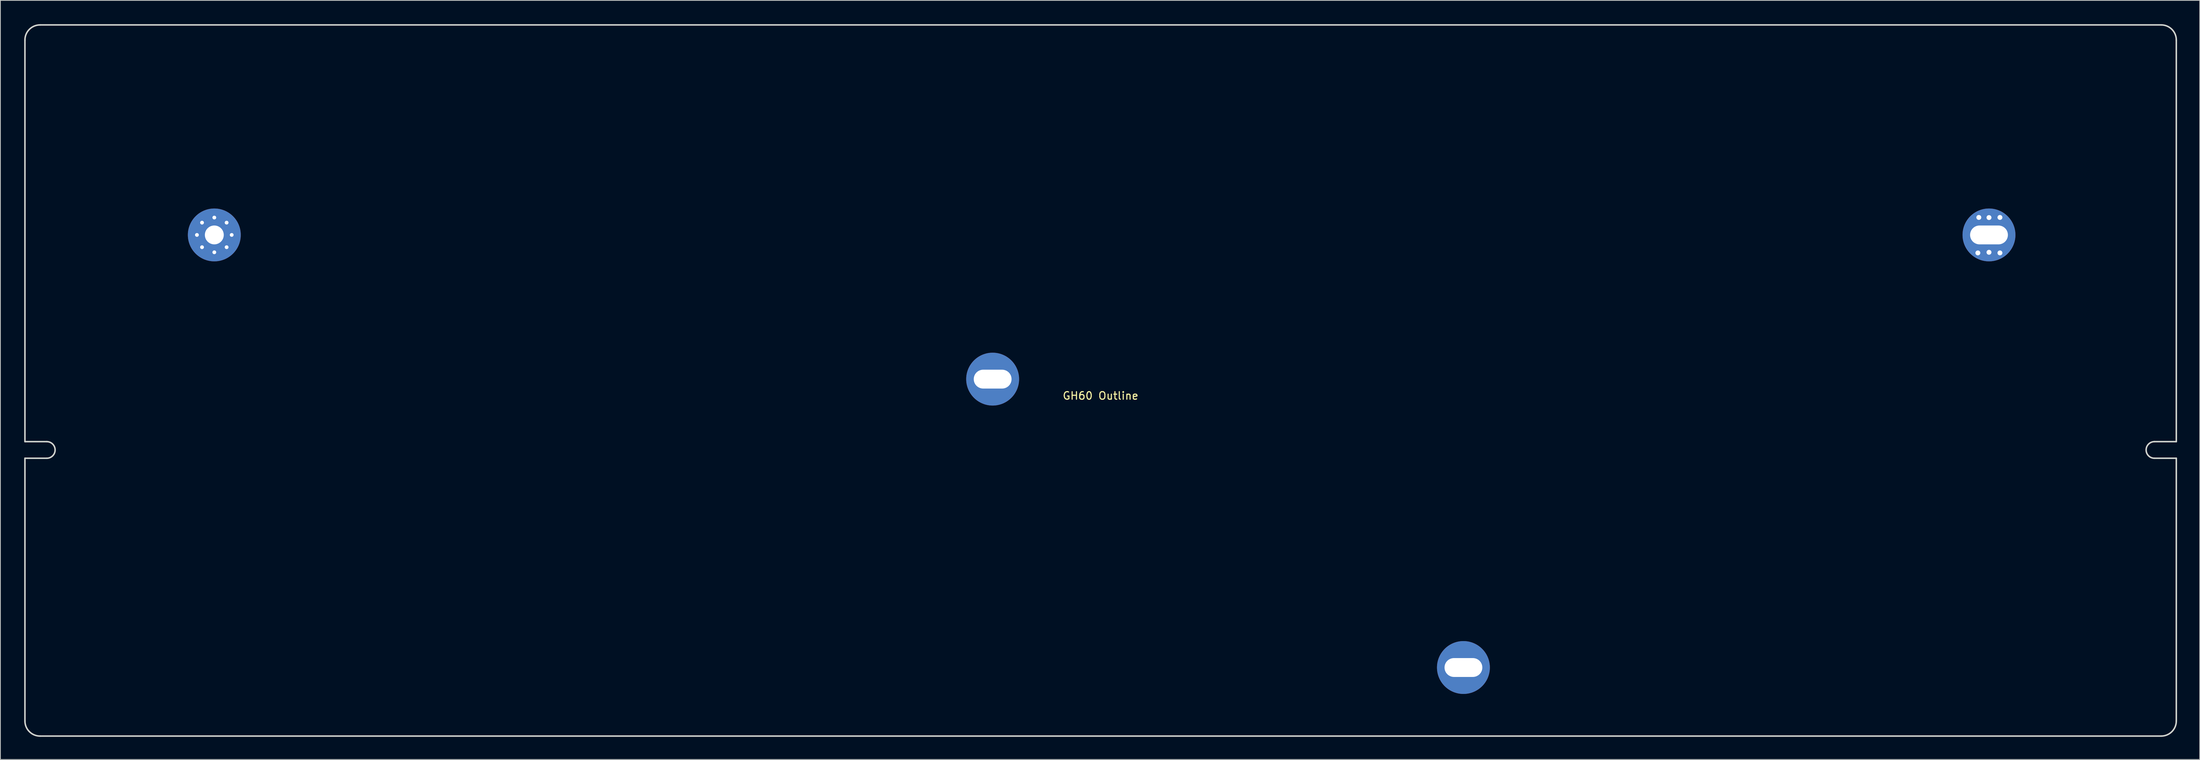
<source format=kicad_pcb>
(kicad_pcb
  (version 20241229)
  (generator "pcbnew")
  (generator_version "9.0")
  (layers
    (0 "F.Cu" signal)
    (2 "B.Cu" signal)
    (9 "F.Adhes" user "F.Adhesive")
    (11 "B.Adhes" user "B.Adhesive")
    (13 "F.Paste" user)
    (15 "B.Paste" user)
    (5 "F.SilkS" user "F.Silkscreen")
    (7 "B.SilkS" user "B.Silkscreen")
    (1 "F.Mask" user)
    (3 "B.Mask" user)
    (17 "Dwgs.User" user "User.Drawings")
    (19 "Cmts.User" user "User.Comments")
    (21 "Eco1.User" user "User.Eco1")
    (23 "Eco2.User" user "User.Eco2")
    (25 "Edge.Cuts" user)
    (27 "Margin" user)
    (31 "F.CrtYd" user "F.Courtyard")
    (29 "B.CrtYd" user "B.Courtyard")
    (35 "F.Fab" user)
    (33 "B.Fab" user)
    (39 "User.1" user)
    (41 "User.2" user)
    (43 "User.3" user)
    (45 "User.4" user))
  (footprint "GH60 Outline"
    (layer "F.Cu")
    (at 0.25 0.25)
    (property "Reference" "GH60 Outline" (at 142.342 49.125 0) (unlocked yes) (layer "F.SilkS") (effects (font (size 1 1) (thickness 0.15))))
    (attr exclude_from_pos_files exclude_from_bom)
    (fp_line (start 0 2) (end 0 55.2) (stroke (width 0.2) (type solid)) (layer "Edge.Cuts"))
    (fp_line (start 0 55.2) (end 2.893 55.2) (stroke (width 0.2) (type solid)) (layer "Edge.Cuts"))
    (fp_line (start 0 57.4) (end 0 92.2) (stroke (width 0.2) (type solid)) (layer "Edge.Cuts"))
    (fp_line (start 2 94.2) (end 282.7 94.2) (stroke (width 0.2) (type solid)) (layer "Edge.Cuts"))
    (fp_line (start 2.893 57.4) (end 0 57.4) (stroke (width 0.2) (type solid)) (layer "Edge.Cuts"))
    (fp_line (start 281.807 55.2) (end 284.7 55.2) (stroke (width 0.2) (type solid)) (layer "Edge.Cuts"))
    (fp_line (start 282.7 0) (end 2 0) (stroke (width 0.2) (type solid)) (layer "Edge.Cuts"))
    (fp_line (start 284.7 55.2) (end 284.7 2) (stroke (width 0.2) (type solid)) (layer "Edge.Cuts"))
    (fp_line (start 284.7 57.4) (end 281.807 57.4) (stroke (width 0.2) (type solid)) (layer "Edge.Cuts"))
    (fp_line (start 284.7 92.2) (end 284.7 57.4) (stroke (width 0.2) (type solid)) (layer "Edge.Cuts"))
    (fp_arc (start 0 2) (mid 0.585998 0.585998) (end 2 0) (stroke (width 0.2) (type solid)) (layer "Edge.Cuts"))
    (fp_arc (start 2 94.199993) (mid 0.586 93.613993) (end 0 92.199993) (stroke (width 0.2) (type solid)) (layer "Edge.Cuts"))
    (fp_arc (start 2.892997 55.199989) (mid 3.993 56.299991) (end 2.892997 57.399993) (stroke (width 0.2) (type solid)) (layer "Edge.Cuts"))
    (fp_arc (start 281.806999 57.399993) (mid 280.706992 56.299993) (end 281.806999 55.199989) (stroke (width 0.2) (type solid)) (layer "Edge.Cuts"))
    (fp_arc (start 282.700004 0) (mid 284.114002 0.585996) (end 284.700004 2) (stroke (width 0.2) (type solid)) (layer "Edge.Cuts"))
    (fp_arc (start 284.700004 92.199993) (mid 284.114013 93.614006) (end 282.700004 94.199993) (stroke (width 0.2) (type solid)) (layer "Edge.Cuts"))
    (pad "1" thru_hole circle (at 22.761 27.819) (size 1 1) (drill 0.5) (layers "*.Cu" "*.Mask"))
    (pad "1" thru_hole circle (at 23.435 26.192) (size 1 1) (drill 0.5) (layers "*.Cu" "*.Mask"))
    (pad "1" thru_hole circle (at 23.435 29.445) (size 1 1) (drill 0.5) (layers "*.Cu" "*.Mask"))
    (pad "1" thru_hole circle (at 25.061 25.519) (size 1 1) (drill 0.5) (layers "*.Cu" "*.Mask"))
    (pad "1" thru_hole circle (at 25.061 27.819) (size 7.001 7.001) (drill 2.499) (layers "*.Cu" "*.Mask"))
    (pad "1" thru_hole circle (at 25.061 30.119) (size 1 1) (drill 0.5) (layers "*.Cu" "*.Mask"))
    (pad "1" thru_hole circle (at 26.688 26.192) (size 1 1) (drill 0.5) (layers "*.Cu" "*.Mask"))
    (pad "1" thru_hole circle (at 26.688 29.445) (size 1 1) (drill 0.5) (layers "*.Cu" "*.Mask"))
    (pad "1" thru_hole circle (at 27.361 27.819) (size 1 1) (drill 0.5) (layers "*.Cu" "*.Mask"))
    (pad "1" thru_hole circle (at 259.911 25.519) (size 1 1) (drill 0.65) (layers "*.Cu" "*.Mask"))
    (pad "1" thru_hole circle (at 259.911 30.119) (size 1 1) (drill 0.65) (layers "*.Cu" "*.Mask"))
    (pad "2" thru_hole circle (at 128.061 46.919) (size 7 7) (drill oval 5.001 2.499) (layers "*.Cu" "*.Mask"))
    (pad "3" thru_hole circle (at 190.361 85.119) (size 7 7) (drill oval 5.001 2.499) (layers "*.Cu" "*.Mask"))
    (pad "3" thru_hole circle (at 261.36 30.201) (size 1 1) (drill 0.65) (layers "*.Cu" "*.Mask"))
    (pad "4" thru_hole circle (at 258.439 30.201) (size 1 1) (drill 0.65) (layers "*.Cu" "*.Mask"))
    (pad "4" thru_hole circle (at 259.911 27.819) (size 7 7) (drill oval 5.001 2.499) (layers "*.Cu" "*.Mask"))
    (pad "5" thru_hole circle (at 258.566 25.502) (size 1 1) (drill 0.65) (layers "*.Cu" "*.Mask"))
    (pad "6" thru_hole circle (at 261.36 25.502) (size 1 1) (drill 0.65) (layers "*.Cu" "*.Mask")))
  (gr_rect
    (start -3 -3)
    (end 288.05 97.55)
    (stroke (width 0.1) (type default))
    (fill no)
    (layer "Edge.Cuts")))
</source>
